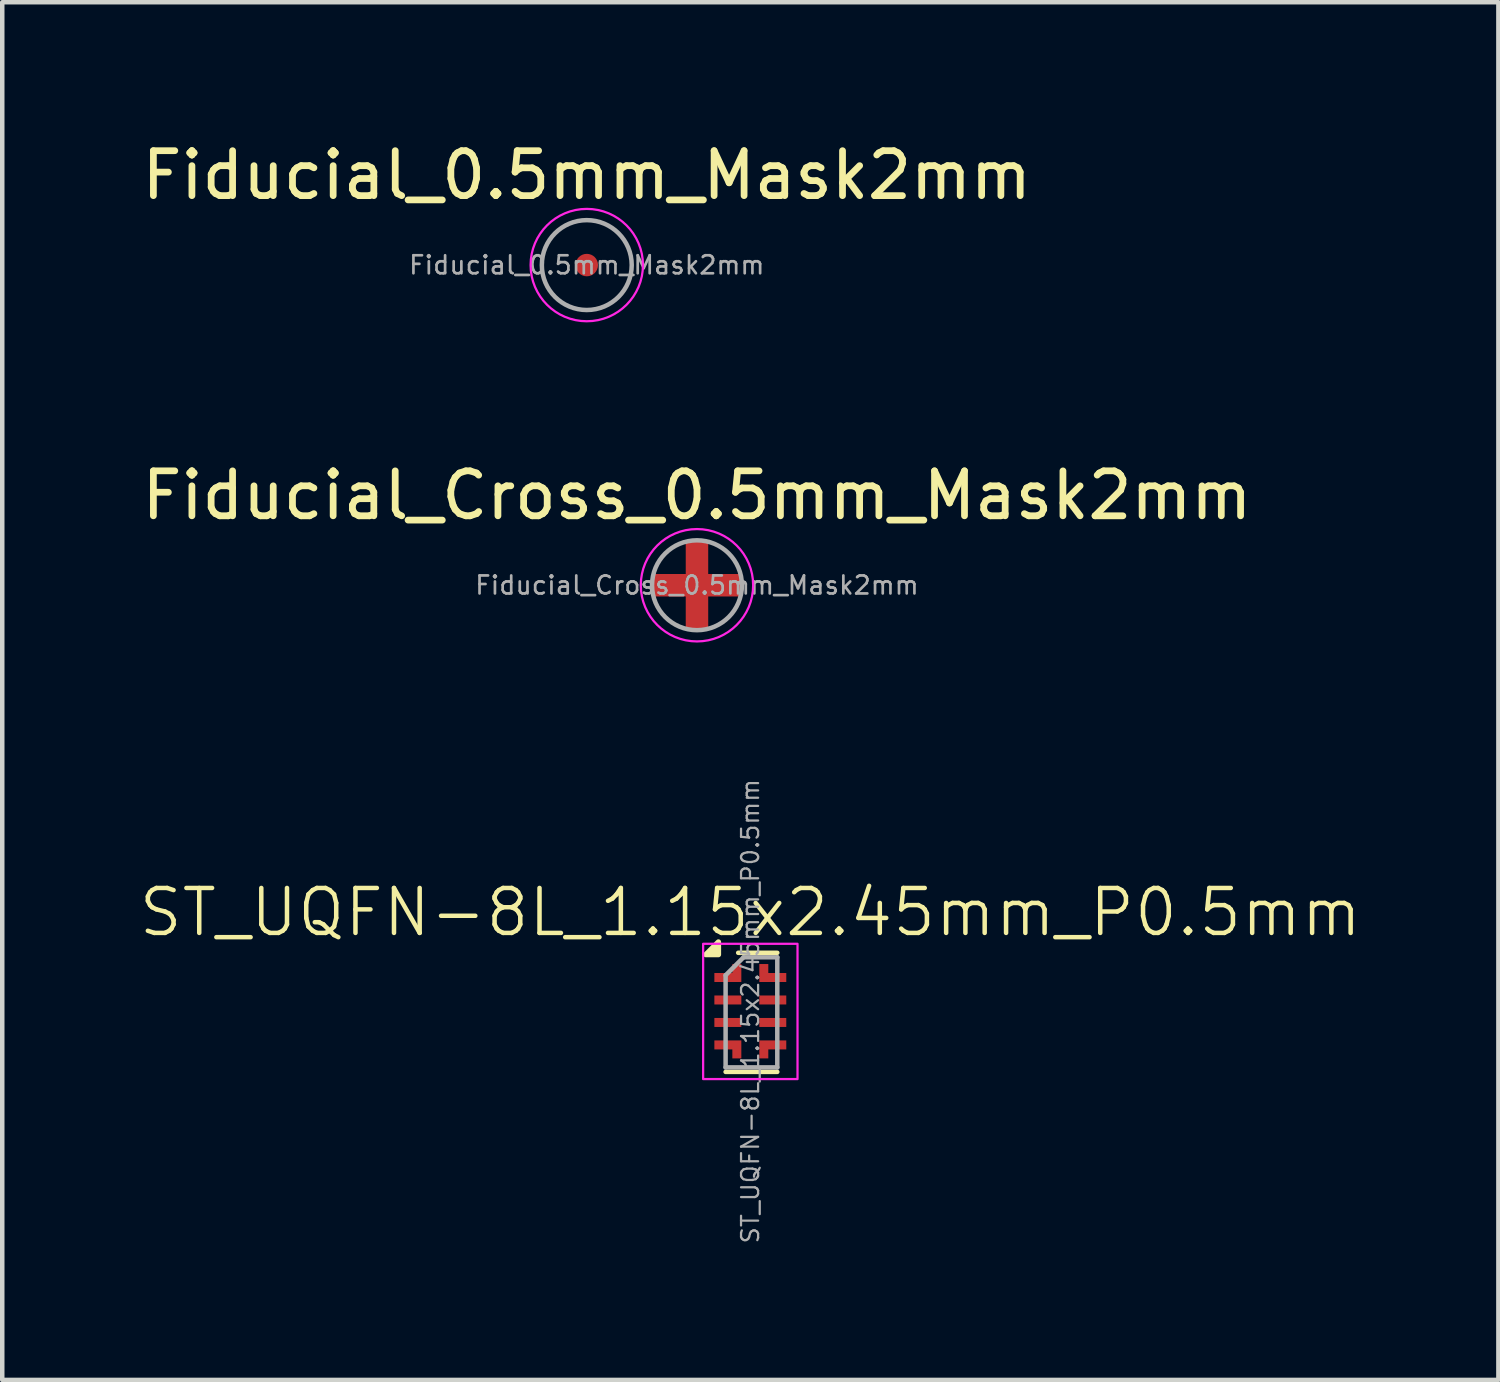
<source format=kicad_pcb>
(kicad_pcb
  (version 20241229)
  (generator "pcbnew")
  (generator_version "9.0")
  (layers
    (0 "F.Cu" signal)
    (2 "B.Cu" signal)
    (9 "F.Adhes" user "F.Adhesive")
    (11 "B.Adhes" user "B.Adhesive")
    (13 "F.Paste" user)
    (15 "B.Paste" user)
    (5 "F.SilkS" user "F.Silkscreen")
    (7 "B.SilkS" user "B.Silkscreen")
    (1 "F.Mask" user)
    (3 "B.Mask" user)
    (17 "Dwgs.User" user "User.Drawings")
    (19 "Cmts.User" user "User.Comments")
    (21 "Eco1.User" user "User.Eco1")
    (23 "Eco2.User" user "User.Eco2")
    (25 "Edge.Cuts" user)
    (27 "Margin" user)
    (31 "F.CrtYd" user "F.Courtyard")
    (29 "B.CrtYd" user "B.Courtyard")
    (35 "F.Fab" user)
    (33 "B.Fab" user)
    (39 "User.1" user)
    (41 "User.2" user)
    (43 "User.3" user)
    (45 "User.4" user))
  (footprint "Fiducial_Cross_0.5mm_Mask2mm"
    (layer "F.Cu")
    (at 12.458 9.972)
    (property "Reference" "Fiducial_Cross_0.5mm_Mask2mm" (at 0 -2 0) (layer "F.SilkS") (effects (font (size 1 1) (thickness 0.15))))
    (attr smd)
    (fp_rect (start -1 -0.25) (end 1 0.25) (stroke (width 0) (type solid)) (fill yes) (layer "F.Cu"))
    (fp_rect (start -0.25 -1) (end 0.25 1) (stroke (width 0) (type solid)) (fill yes) (layer "F.Cu"))
    (fp_circle (center 0 0) (end 1.25 0) (stroke (width 0.05) (type solid)) (fill no) (layer "F.CrtYd"))
    (fp_circle (center 0 0) (end 1 0) (stroke (width 0.1) (type solid)) (fill no) (layer "F.Fab"))
    (fp_text user "${REFERENCE}" (at 0 0 0) (layer "F.Fab") (effects (font (size 0.4 0.4) (thickness 0.06))))
    (pad "" smd circle (at 0 0) (size 0.5 0.5) (layers "F.Cu" "F.Mask")))
  (footprint "Fiducial_0.5mm_Mask2mm"
    (layer "F.Cu")
    (at 10.006 2.848)
    (property "Reference" "Fiducial_0.5mm_Mask2mm" (at 0 -2 0) (layer "F.SilkS") (effects (font (size 1 1) (thickness 0.15))))
    (attr smd)
    (fp_circle (center 0 0) (end 1.25 0) (stroke (width 0.05) (type solid)) (fill no) (layer "F.CrtYd"))
    (fp_circle (center 0 0) (end 1 0) (stroke (width 0.1) (type solid)) (fill no) (layer "F.Fab"))
    (fp_text user "${REFERENCE}" (at 0 0 0) (layer "F.Fab") (effects (font (size 0.4 0.4) (thickness 0.06))))
    (pad "" smd circle (at 0 0) (size 0.5 0.5) (layers "F.Cu" "F.Mask")))
  (footprint "ST_UQFN-8L_1.15x2.45mm_P0.5mm"
    (layer "F.Cu")
    (at 13.645 19.45)
    (property "Reference" "ST_UQFN-8L_1.15x2.45mm_P0.5mm" (at 0 -2.2 0) (unlocked yes) (layer "F.SilkS") (effects (font (size 1 1) (thickness 0.1))))
    (attr smd)
    (fp_line (start 0.6 -1.3) (end -0.27 -1.3) (stroke (width 0.1) (type default)) (layer "F.SilkS"))
    (fp_line (start 0.6 1.35) (end -0.55 1.35) (stroke (width 0.1) (type default)) (layer "F.SilkS"))
    (fp_poly (pts (xy -0.71 -1.26) (xy -0.99 -1.26) (xy -0.71 -1.54) (xy -0.71 -1.26)) (stroke (width 0.12) (type solid)) (fill yes) (layer "F.SilkS"))
    (fp_rect (start -1.05 -1.5) (end 1.05 1.51) (stroke (width 0.05) (type default)) (fill no) (layer "F.CrtYd"))
    (fp_line (start -0.55 1.25) (end -0.55 -0.8) (stroke (width 0.1) (type default)) (layer "F.Fab"))
    (fp_line (start -0.15 -1.2) (end -0.55 -0.8) (stroke (width 0.1) (type default)) (layer "F.Fab"))
    (fp_line (start -0.15 -1.2) (end 0.6 -1.2) (stroke (width 0.1) (type default)) (layer "F.Fab"))
    (fp_line (start 0.6 -1.2) (end 0.6 1.25) (stroke (width 0.1) (type default)) (layer "F.Fab"))
    (fp_line (start 0.6 1.25) (end -0.55 1.25) (stroke (width 0.1) (type default)) (layer "F.Fab"))
    (fp_text user "${REFERENCE}" (at 0 0 90) (unlocked yes) (layer "F.Fab") (effects (font (size 0.38 0.38) (thickness 0.05))))
    (pad "1" smd custom (at -0.5 -0.75) (size 0.6 0.2) (layers "F.Cu" "F.Mask" "F.Paste") (options (anchor rect)) (primitives (gr_poly (pts (xy 0.1 -0.3) (xy 0.1 -0.1) (xy -0.3 -0.1) (xy -0.3 0.1) (xy 0.3 0.1) (xy 0.3 -0.3)) (width 0) (fill yes))))
    (pad "2" smd custom (at -0.5 -0.25) (size 0.6 0.2) (layers "F.Cu" "F.Mask" "F.Paste") (options (anchor rect)) (primitives))
    (pad "3" smd custom (at -0.5 0.25) (size 0.6 0.2) (layers "F.Cu" "F.Mask" "F.Paste") (options (anchor rect)) (primitives))
    (pad "4" smd custom (at -0.5 0.75) (size 0.6 0.2) (layers "F.Cu" "F.Mask" "F.Paste") (options (anchor rect)) (primitives (gr_poly (pts (xy 0.1 0.3) (xy 0.1 0.1) (xy -0.3 0.1) (xy -0.3 -0.1) (xy 0.3 -0.1) (xy 0.3 0.3)) (width 0) (fill yes))))
    (pad "5" smd custom (at 0.5 0.75) (size 0.6 0.2) (layers "F.Cu" "F.Mask" "F.Paste") (options (anchor rect)) (primitives (gr_poly (pts (xy -0.1 0.3) (xy -0.1 0.1) (xy 0.3 0.1) (xy 0.3 -0.1) (xy -0.3 -0.1) (xy -0.3 0.3)) (width 0) (fill yes))))
    (pad "6" smd custom (at 0.5 0.25) (size 0.6 0.2) (layers "F.Cu" "F.Mask" "F.Paste") (options (anchor rect)) (primitives))
    (pad "7" smd custom (at 0.5 -0.25) (size 0.6 0.2) (layers "F.Cu" "F.Mask" "F.Paste") (options (anchor rect)) (primitives))
    (pad "8" smd custom (at 0.5 -0.75) (size 0.6 0.2) (layers "F.Cu" "F.Mask" "F.Paste") (options (anchor rect)) (primitives (gr_poly (pts (xy -0.1 -0.3) (xy -0.1 -0.1) (xy 0.3 -0.1) (xy 0.3 0.1) (xy -0.3 0.1) (xy -0.3 -0.3)) (width 0) (fill yes)))))
  (gr_rect
    (start -3 -3)
    (end 30.29 27.653)
    (stroke (width 0.1) (type default))
    (fill no)
    (layer "Edge.Cuts")))
</source>
